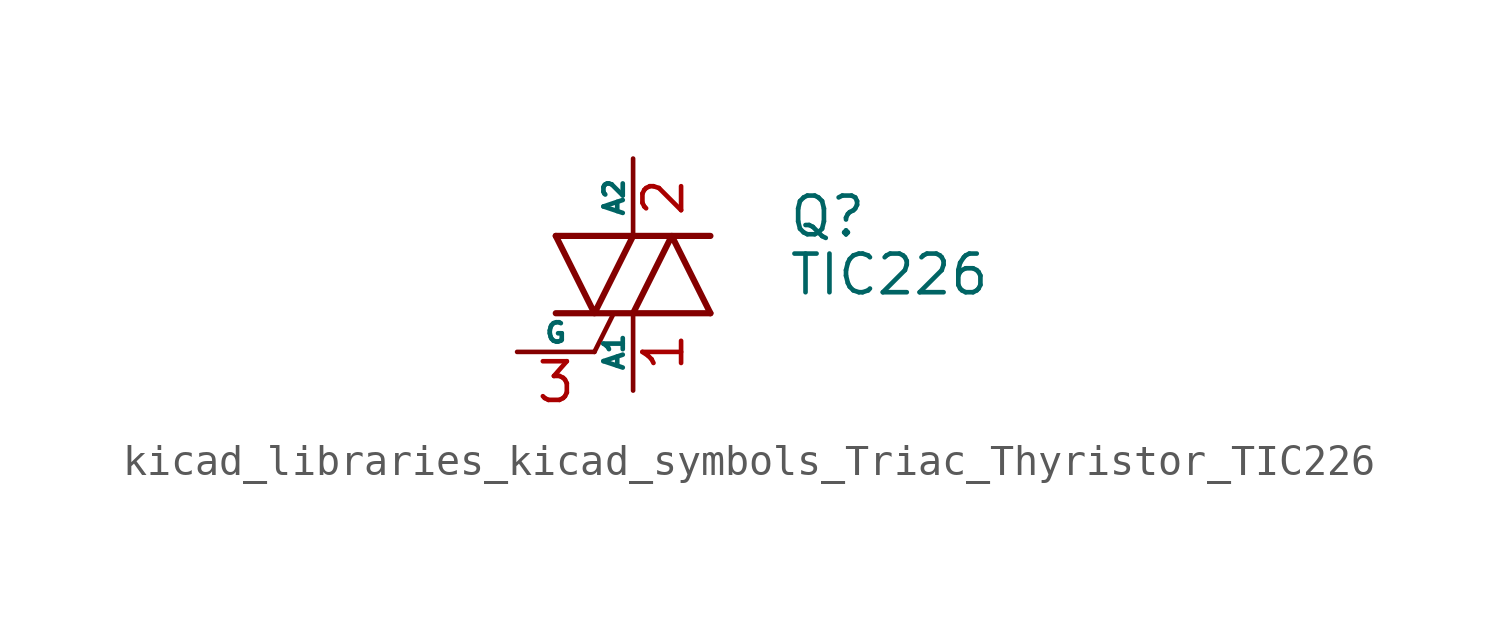
<source format=kicad_sym>
(kicad_symbol_lib
  (version 20220914)
  (generator kicad_symbol_editor)
  (symbol "kicad_libraries_kicad_symbols_Triac_Thyristor_TIC226"
    (pin_names
      (offset 0))
    (property "Reference" "Q"
      (at 5.08 1.905 0)
      (effects (font (size 1.27 1.27)) (justify left)))
    (property "Value" "TIC226"
      (at 5.08 0 0)
      (effects (font (size 1.27 1.27)) (justify left)))
    (symbol "kicad_libraries_kicad_symbols_Triac_Thyristor_TIC226_0_1"
      (polyline (pts (xy -2.54 -1.27) (xy 2.54 -1.27)) (stroke (width 0.203) (type default)) (fill (type none)))
      (polyline (pts (xy -2.54 1.27) (xy 2.54 1.27)) (stroke (width 0.203) (type default)) (fill (type none)))
      (polyline (pts (xy -1.27 -2.54) (xy -0.635 -1.27)) (stroke (width 0) (type default)) (fill (type none)))
      (polyline (pts (xy -2.54 1.27) (xy -1.27 -1.27) (xy 0 1.27)) (stroke (width 0.203) (type default)) (fill (type none)))
      (polyline (pts (xy 0 -1.27) (xy 1.27 1.27) (xy 2.54 -1.27)) (stroke (width 0.203) (type default)) (fill (type none))))
    (symbol "kicad_libraries_kicad_symbols_Triac_Thyristor_TIC226_1_1"
      (pin passive line (at 0 -3.81 90) (length 2.54) (name "A1" (effects (font (size 0.635 0.635)))) (number "1" (effects (font (size 1.27 1.27)))))
      (pin passive line (at 0 3.81 270) (length 2.54) (name "A2" (effects (font (size 0.635 0.635)))) (number "2" (effects (font (size 1.27 1.27)))))
      (pin input line (at -3.81 -2.54 0) (length 2.54) (name "G" (effects (font (size 0.635 0.635)))) (number "3" (effects (font (size 1.27 1.27))))))))
</source>
